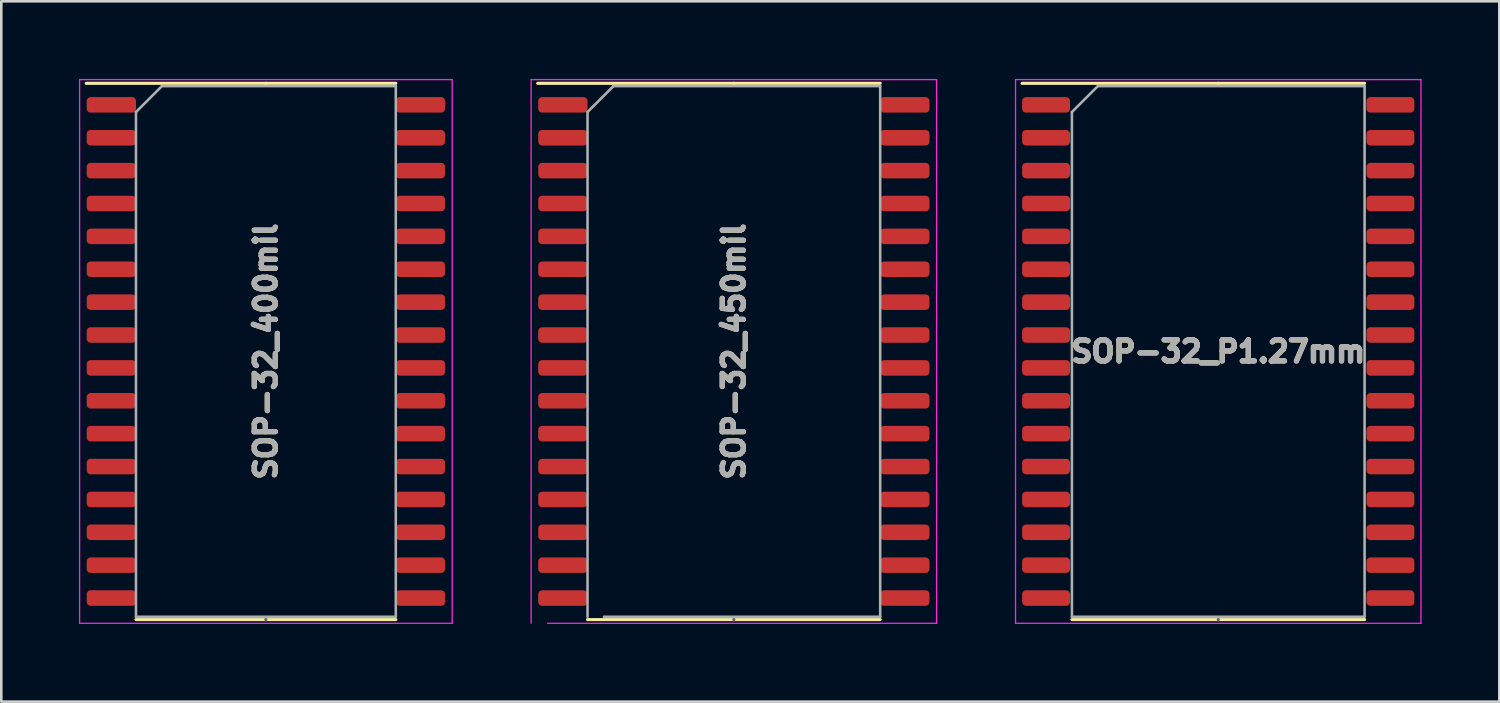
<source format=kicad_pcb>
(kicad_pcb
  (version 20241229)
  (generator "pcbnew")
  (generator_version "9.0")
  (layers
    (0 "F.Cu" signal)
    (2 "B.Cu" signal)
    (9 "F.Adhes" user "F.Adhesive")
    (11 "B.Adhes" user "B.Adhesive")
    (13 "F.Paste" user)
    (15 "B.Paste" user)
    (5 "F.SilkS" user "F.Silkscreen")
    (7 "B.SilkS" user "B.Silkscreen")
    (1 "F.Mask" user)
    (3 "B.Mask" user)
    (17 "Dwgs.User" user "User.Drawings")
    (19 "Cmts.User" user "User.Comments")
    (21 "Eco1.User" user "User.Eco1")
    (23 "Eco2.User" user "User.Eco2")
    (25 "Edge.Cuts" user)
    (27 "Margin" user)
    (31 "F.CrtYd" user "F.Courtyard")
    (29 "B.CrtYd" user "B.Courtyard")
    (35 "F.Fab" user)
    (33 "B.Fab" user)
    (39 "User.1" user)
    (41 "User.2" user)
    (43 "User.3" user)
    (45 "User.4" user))
  (footprint "SOP-32_450mil"
    (layer "F.Cu")
    (at 25.295 10.525)
    (property "Reference" "SOP-32_450mil" (at 0 0 90) (layer "F.Fab") (effects (font (size 0.813 0.813) (thickness 0.203))))
    (attr smd)
    (fp_line (start 0 -10.357) (end -7.575 -10.357) (stroke (width 0.12) (type solid)) (layer "F.SilkS"))
    (fp_line (start 0 -10.357) (end 5.652 -10.357) (stroke (width 0.12) (type solid)) (layer "F.SilkS"))
    (fp_line (start 0 10.357) (end -5.652 10.357) (stroke (width 0.12) (type solid)) (layer "F.SilkS"))
    (fp_line (start 0 10.357) (end 5.652 10.357) (stroke (width 0.12) (type solid)) (layer "F.SilkS"))
    (fp_line (start -7.83 -10.5) (end -7.83 10.5) (stroke (width 0.05) (type solid)) (layer "F.CrtYd"))
    (fp_line (start -7.195 10.5) (end 7.83 10.5) (stroke (width 0.05) (type solid)) (layer "F.CrtYd"))
    (fp_line (start 7.83 -10.5) (end -7.83 -10.5) (stroke (width 0.05) (type solid)) (layer "F.CrtYd"))
    (fp_line (start 7.83 10.5) (end 7.83 -10.5) (stroke (width 0.05) (type solid)) (layer "F.CrtYd"))
    (fp_line (start 0 10.357) (end 0 10.357) (stroke (width 0.12) (type solid)) (layer "B.Fab"))
    (fp_line (start -5.652 -9.248) (end -4.652 -10.248) (stroke (width 0.1) (type solid)) (layer "F.Fab"))
    (fp_line (start -5.652 10.248) (end -5.652 -9.248) (stroke (width 0.1) (type solid)) (layer "F.Fab"))
    (fp_line (start -4.652 -10.248) (end 5.652 -10.248) (stroke (width 0.1) (type solid)) (layer "F.Fab"))
    (fp_line (start 5.652 -10.248) (end 5.652 10.248) (stroke (width 0.1) (type solid)) (layer "F.Fab"))
    (fp_line (start 5.652 10.248) (end -5.018 10.248) (stroke (width 0.1) (type solid)) (layer "F.Fab"))
    (fp_text user "${REFERENCE}" (at 0 0 90) (layer "F.SilkS") (effects (font (size 0.813 0.813) (thickness 0.203))))
    (pad "1" smd roundrect (at -6.604 -9.525) (size 1.905 0.6) (layers "F.Cu" "F.Mask" "F.Paste") (roundrect_rratio 0.25))
    (pad "2" smd roundrect (at -6.604 -8.255) (size 1.905 0.6) (layers "F.Cu" "F.Mask" "F.Paste") (roundrect_rratio 0.25))
    (pad "3" smd roundrect (at -6.604 -6.985) (size 1.905 0.6) (layers "F.Cu" "F.Mask" "F.Paste") (roundrect_rratio 0.25))
    (pad "4" smd roundrect (at -6.604 -5.715) (size 1.905 0.6) (layers "F.Cu" "F.Mask" "F.Paste") (roundrect_rratio 0.25))
    (pad "5" smd roundrect (at -6.604 -4.445) (size 1.905 0.6) (layers "F.Cu" "F.Mask" "F.Paste") (roundrect_rratio 0.25))
    (pad "6" smd roundrect (at -6.604 -3.175) (size 1.905 0.6) (layers "F.Cu" "F.Mask" "F.Paste") (roundrect_rratio 0.25))
    (pad "7" smd roundrect (at -6.604 -1.905) (size 1.905 0.6) (layers "F.Cu" "F.Mask" "F.Paste") (roundrect_rratio 0.25))
    (pad "8" smd roundrect (at -6.604 -0.635) (size 1.905 0.6) (layers "F.Cu" "F.Mask" "F.Paste") (roundrect_rratio 0.25))
    (pad "9" smd roundrect (at -6.604 0.635) (size 1.905 0.6) (layers "F.Cu" "F.Mask" "F.Paste") (roundrect_rratio 0.25))
    (pad "10" smd roundrect (at -6.604 1.905) (size 1.905 0.6) (layers "F.Cu" "F.Mask" "F.Paste") (roundrect_rratio 0.25))
    (pad "11" smd roundrect (at -6.604 3.175) (size 1.905 0.6) (layers "F.Cu" "F.Mask" "F.Paste") (roundrect_rratio 0.25))
    (pad "12" smd roundrect (at -6.604 4.445) (size 1.905 0.6) (layers "F.Cu" "F.Mask" "F.Paste") (roundrect_rratio 0.25))
    (pad "13" smd roundrect (at -6.604 5.715) (size 1.905 0.6) (layers "F.Cu" "F.Mask" "F.Paste") (roundrect_rratio 0.25))
    (pad "14" smd roundrect (at -6.604 6.985) (size 1.905 0.6) (layers "F.Cu" "F.Mask" "F.Paste") (roundrect_rratio 0.25))
    (pad "15" smd roundrect (at -6.604 8.255) (size 1.905 0.6) (layers "F.Cu" "F.Mask" "F.Paste") (roundrect_rratio 0.25))
    (pad "16" smd roundrect (at -6.604 9.525) (size 1.905 0.6) (layers "F.Cu" "F.Mask" "F.Paste") (roundrect_rratio 0.25))
    (pad "17" smd roundrect (at 6.604 9.525) (size 1.905 0.6) (layers "F.Cu" "F.Mask" "F.Paste") (roundrect_rratio 0.25))
    (pad "18" smd roundrect (at 6.604 8.255) (size 1.905 0.6) (layers "F.Cu" "F.Mask" "F.Paste") (roundrect_rratio 0.25))
    (pad "19" smd roundrect (at 6.604 6.985) (size 1.905 0.6) (layers "F.Cu" "F.Mask" "F.Paste") (roundrect_rratio 0.25))
    (pad "20" smd roundrect (at 6.604 5.715) (size 1.905 0.6) (layers "F.Cu" "F.Mask" "F.Paste") (roundrect_rratio 0.25))
    (pad "21" smd roundrect (at 6.604 4.445) (size 1.905 0.6) (layers "F.Cu" "F.Mask" "F.Paste") (roundrect_rratio 0.25))
    (pad "22" smd roundrect (at 6.604 3.175) (size 1.905 0.6) (layers "F.Cu" "F.Mask" "F.Paste") (roundrect_rratio 0.25))
    (pad "23" smd roundrect (at 6.604 1.905) (size 1.905 0.6) (layers "F.Cu" "F.Mask" "F.Paste") (roundrect_rratio 0.25))
    (pad "24" smd roundrect (at 6.604 0.635) (size 1.905 0.6) (layers "F.Cu" "F.Mask" "F.Paste") (roundrect_rratio 0.25))
    (pad "25" smd roundrect (at 6.604 -0.635) (size 1.905 0.6) (layers "F.Cu" "F.Mask" "F.Paste") (roundrect_rratio 0.25))
    (pad "26" smd roundrect (at 6.604 -1.905) (size 1.905 0.6) (layers "F.Cu" "F.Mask" "F.Paste") (roundrect_rratio 0.25))
    (pad "27" smd roundrect (at 6.604 -3.175) (size 1.905 0.6) (layers "F.Cu" "F.Mask" "F.Paste") (roundrect_rratio 0.25))
    (pad "28" smd roundrect (at 6.604 -4.445) (size 1.905 0.6) (layers "F.Cu" "F.Mask" "F.Paste") (roundrect_rratio 0.25))
    (pad "29" smd roundrect (at 6.604 -5.715) (size 1.905 0.6) (layers "F.Cu" "F.Mask" "F.Paste") (roundrect_rratio 0.25))
    (pad "30" smd roundrect (at 6.604 -6.985) (size 1.905 0.6) (layers "F.Cu" "F.Mask" "F.Paste") (roundrect_rratio 0.25))
    (pad "31" smd roundrect (at 6.604 -8.255) (size 1.905 0.6) (layers "F.Cu" "F.Mask" "F.Paste") (roundrect_rratio 0.25))
    (pad "32" smd roundrect (at 6.604 -9.525) (size 1.905 0.6) (layers "F.Cu" "F.Mask" "F.Paste") (roundrect_rratio 0.25)))
  (footprint "SOP-32_400mil"
    (layer "F.Cu")
    (at 7.22 10.525)
    (property "Reference" "SOP-32_400mil" (at 0 0 90) (layer "F.Fab") (effects (font (size 0.813 0.813) (thickness 0.203))))
    (attr smd)
    (fp_line (start 0 -10.357) (end -6.94 -10.357) (stroke (width 0.12) (type solid)) (layer "F.SilkS"))
    (fp_line (start 0 -10.357) (end 5.018 -10.357) (stroke (width 0.12) (type solid)) (layer "F.SilkS"))
    (fp_line (start 0 10.357) (end -5.018 10.357) (stroke (width 0.12) (type solid)) (layer "F.SilkS"))
    (fp_line (start 0 10.357) (end 5.018 10.357) (stroke (width 0.12) (type solid)) (layer "F.SilkS"))
    (fp_line (start -7.195 -10.5) (end -7.195 10.5) (stroke (width 0.05) (type solid)) (layer "F.CrtYd"))
    (fp_line (start -7.195 10.5) (end 7.195 10.5) (stroke (width 0.05) (type solid)) (layer "F.CrtYd"))
    (fp_line (start 7.195 -10.5) (end -7.195 -10.5) (stroke (width 0.05) (type solid)) (layer "F.CrtYd"))
    (fp_line (start 7.195 10.5) (end 7.195 -10.5) (stroke (width 0.05) (type solid)) (layer "F.CrtYd"))
    (fp_line (start 0 10.357) (end 0 10.357) (stroke (width 0.12) (type solid)) (layer "B.Fab"))
    (fp_line (start -5.018 -9.248) (end -4.018 -10.248) (stroke (width 0.1) (type solid)) (layer "F.Fab"))
    (fp_line (start -5.018 10.248) (end -5.018 -9.248) (stroke (width 0.1) (type solid)) (layer "F.Fab"))
    (fp_line (start -4.018 -10.248) (end 5.018 -10.248) (stroke (width 0.1) (type solid)) (layer "F.Fab"))
    (fp_line (start 5.018 -10.248) (end 5.018 10.248) (stroke (width 0.1) (type solid)) (layer "F.Fab"))
    (fp_line (start 5.018 10.248) (end -5.018 10.248) (stroke (width 0.1) (type solid)) (layer "F.Fab"))
    (fp_text user "${REFERENCE}" (at 0 0 90) (layer "F.SilkS") (effects (font (size 0.813 0.813) (thickness 0.203))))
    (pad "1" smd roundrect (at -5.969 -9.525) (size 1.905 0.6) (layers "F.Cu" "F.Mask" "F.Paste") (roundrect_rratio 0.25))
    (pad "2" smd roundrect (at -5.969 -8.255) (size 1.905 0.6) (layers "F.Cu" "F.Mask" "F.Paste") (roundrect_rratio 0.25))
    (pad "3" smd roundrect (at -5.969 -6.985) (size 1.905 0.6) (layers "F.Cu" "F.Mask" "F.Paste") (roundrect_rratio 0.25))
    (pad "4" smd roundrect (at -5.969 -5.715) (size 1.905 0.6) (layers "F.Cu" "F.Mask" "F.Paste") (roundrect_rratio 0.25))
    (pad "5" smd roundrect (at -5.969 -4.445) (size 1.905 0.6) (layers "F.Cu" "F.Mask" "F.Paste") (roundrect_rratio 0.25))
    (pad "6" smd roundrect (at -5.969 -3.175) (size 1.905 0.6) (layers "F.Cu" "F.Mask" "F.Paste") (roundrect_rratio 0.25))
    (pad "7" smd roundrect (at -5.969 -1.905) (size 1.905 0.6) (layers "F.Cu" "F.Mask" "F.Paste") (roundrect_rratio 0.25))
    (pad "8" smd roundrect (at -5.969 -0.635) (size 1.905 0.6) (layers "F.Cu" "F.Mask" "F.Paste") (roundrect_rratio 0.25))
    (pad "9" smd roundrect (at -5.969 0.635) (size 1.905 0.6) (layers "F.Cu" "F.Mask" "F.Paste") (roundrect_rratio 0.25))
    (pad "10" smd roundrect (at -5.969 1.905) (size 1.905 0.6) (layers "F.Cu" "F.Mask" "F.Paste") (roundrect_rratio 0.25))
    (pad "11" smd roundrect (at -5.969 3.175) (size 1.905 0.6) (layers "F.Cu" "F.Mask" "F.Paste") (roundrect_rratio 0.25))
    (pad "12" smd roundrect (at -5.969 4.445) (size 1.905 0.6) (layers "F.Cu" "F.Mask" "F.Paste") (roundrect_rratio 0.25))
    (pad "13" smd roundrect (at -5.969 5.715) (size 1.905 0.6) (layers "F.Cu" "F.Mask" "F.Paste") (roundrect_rratio 0.25))
    (pad "14" smd roundrect (at -5.969 6.985) (size 1.905 0.6) (layers "F.Cu" "F.Mask" "F.Paste") (roundrect_rratio 0.25))
    (pad "15" smd roundrect (at -5.969 8.255) (size 1.905 0.6) (layers "F.Cu" "F.Mask" "F.Paste") (roundrect_rratio 0.25))
    (pad "16" smd roundrect (at -5.969 9.525) (size 1.905 0.6) (layers "F.Cu" "F.Mask" "F.Paste") (roundrect_rratio 0.25))
    (pad "17" smd roundrect (at 5.969 9.525) (size 1.905 0.6) (layers "F.Cu" "F.Mask" "F.Paste") (roundrect_rratio 0.25))
    (pad "18" smd roundrect (at 5.969 8.255) (size 1.905 0.6) (layers "F.Cu" "F.Mask" "F.Paste") (roundrect_rratio 0.25))
    (pad "19" smd roundrect (at 5.969 6.985) (size 1.905 0.6) (layers "F.Cu" "F.Mask" "F.Paste") (roundrect_rratio 0.25))
    (pad "20" smd roundrect (at 5.969 5.715) (size 1.905 0.6) (layers "F.Cu" "F.Mask" "F.Paste") (roundrect_rratio 0.25))
    (pad "21" smd roundrect (at 5.969 4.445) (size 1.905 0.6) (layers "F.Cu" "F.Mask" "F.Paste") (roundrect_rratio 0.25))
    (pad "22" smd roundrect (at 5.969 3.175) (size 1.905 0.6) (layers "F.Cu" "F.Mask" "F.Paste") (roundrect_rratio 0.25))
    (pad "23" smd roundrect (at 5.969 1.905) (size 1.905 0.6) (layers "F.Cu" "F.Mask" "F.Paste") (roundrect_rratio 0.25))
    (pad "24" smd roundrect (at 5.969 0.635) (size 1.905 0.6) (layers "F.Cu" "F.Mask" "F.Paste") (roundrect_rratio 0.25))
    (pad "25" smd roundrect (at 5.969 -0.635) (size 1.905 0.6) (layers "F.Cu" "F.Mask" "F.Paste") (roundrect_rratio 0.25))
    (pad "26" smd roundrect (at 5.969 -1.905) (size 1.905 0.6) (layers "F.Cu" "F.Mask" "F.Paste") (roundrect_rratio 0.25))
    (pad "27" smd roundrect (at 5.969 -3.175) (size 1.905 0.6) (layers "F.Cu" "F.Mask" "F.Paste") (roundrect_rratio 0.25))
    (pad "28" smd roundrect (at 5.969 -4.445) (size 1.905 0.6) (layers "F.Cu" "F.Mask" "F.Paste") (roundrect_rratio 0.25))
    (pad "29" smd roundrect (at 5.969 -5.715) (size 1.905 0.6) (layers "F.Cu" "F.Mask" "F.Paste") (roundrect_rratio 0.25))
    (pad "30" smd roundrect (at 5.969 -6.985) (size 1.905 0.6) (layers "F.Cu" "F.Mask" "F.Paste") (roundrect_rratio 0.25))
    (pad "31" smd roundrect (at 5.969 -8.255) (size 1.905 0.6) (layers "F.Cu" "F.Mask" "F.Paste") (roundrect_rratio 0.25))
    (pad "32" smd roundrect (at 5.969 -9.525) (size 1.905 0.6) (layers "F.Cu" "F.Mask" "F.Paste") (roundrect_rratio 0.25)))
  (footprint "SOP-32_P1.27mm"
    (layer "F.Cu")
    (at 44.005 10.525)
    (property "Reference" "SOP-32_P1.27mm" (at 0 0 0) (layer "F.Fab") (effects (font (size 0.813 0.813) (thickness 0.203))))
    (attr smd)
    (fp_line (start 0 -10.357) (end -7.575 -10.357) (stroke (width 0.12) (type solid)) (layer "F.SilkS"))
    (fp_line (start 0 -10.357) (end 5.652 -10.357) (stroke (width 0.12) (type solid)) (layer "F.SilkS"))
    (fp_line (start 0 10.357) (end -5.652 10.357) (stroke (width 0.12) (type solid)) (layer "F.SilkS"))
    (fp_line (start 0 10.357) (end 5.652 10.357) (stroke (width 0.12) (type solid)) (layer "F.SilkS"))
    (fp_line (start -7.83 -10.5) (end -7.83 10.5) (stroke (width 0.05) (type solid)) (layer "F.CrtYd"))
    (fp_line (start -7.83 10.5) (end 7.83 10.5) (stroke (width 0.05) (type solid)) (layer "F.CrtYd"))
    (fp_line (start 7.83 -10.5) (end -7.83 -10.5) (stroke (width 0.05) (type solid)) (layer "F.CrtYd"))
    (fp_line (start 7.83 10.5) (end 7.83 -10.5) (stroke (width 0.05) (type solid)) (layer "F.CrtYd"))
    (fp_line (start 0 10.357) (end 0 10.357) (stroke (width 0.12) (type solid)) (layer "B.Fab"))
    (fp_line (start -5.652 -9.248) (end -4.652 -10.248) (stroke (width 0.1) (type solid)) (layer "F.Fab"))
    (fp_line (start -5.652 10.248) (end -5.652 -9.248) (stroke (width 0.1) (type solid)) (layer "F.Fab"))
    (fp_line (start -4.652 -10.248) (end 5.652 -10.248) (stroke (width 0.1) (type solid)) (layer "F.Fab"))
    (fp_line (start 5.652 -10.248) (end 5.652 10.248) (stroke (width 0.1) (type solid)) (layer "F.Fab"))
    (fp_line (start 5.652 10.248) (end -5.652 10.248) (stroke (width 0.1) (type solid)) (layer "F.Fab"))
    (fp_text user "${REFERENCE}" (at 0 0 0) (layer "F.SilkS") (effects (font (size 0.813 0.813) (thickness 0.203))))
    (pad "1" smd roundrect (at -6.65 -9.525) (size 1.85 0.6) (layers "F.Cu" "F.Mask" "F.Paste") (roundrect_rratio 0.25))
    (pad "2" smd roundrect (at -6.65 -8.255) (size 1.85 0.6) (layers "F.Cu" "F.Mask" "F.Paste") (roundrect_rratio 0.25))
    (pad "3" smd roundrect (at -6.65 -6.985) (size 1.85 0.6) (layers "F.Cu" "F.Mask" "F.Paste") (roundrect_rratio 0.25))
    (pad "4" smd roundrect (at -6.65 -5.715) (size 1.85 0.6) (layers "F.Cu" "F.Mask" "F.Paste") (roundrect_rratio 0.25))
    (pad "5" smd roundrect (at -6.65 -4.445) (size 1.85 0.6) (layers "F.Cu" "F.Mask" "F.Paste") (roundrect_rratio 0.25))
    (pad "6" smd roundrect (at -6.65 -3.175) (size 1.85 0.6) (layers "F.Cu" "F.Mask" "F.Paste") (roundrect_rratio 0.25))
    (pad "7" smd roundrect (at -6.65 -1.905) (size 1.85 0.6) (layers "F.Cu" "F.Mask" "F.Paste") (roundrect_rratio 0.25))
    (pad "8" smd roundrect (at -6.65 -0.635) (size 1.85 0.6) (layers "F.Cu" "F.Mask" "F.Paste") (roundrect_rratio 0.25))
    (pad "9" smd roundrect (at -6.65 0.635) (size 1.85 0.6) (layers "F.Cu" "F.Mask" "F.Paste") (roundrect_rratio 0.25))
    (pad "10" smd roundrect (at -6.65 1.905) (size 1.85 0.6) (layers "F.Cu" "F.Mask" "F.Paste") (roundrect_rratio 0.25))
    (pad "11" smd roundrect (at -6.65 3.175) (size 1.85 0.6) (layers "F.Cu" "F.Mask" "F.Paste") (roundrect_rratio 0.25))
    (pad "12" smd roundrect (at -6.65 4.445) (size 1.85 0.6) (layers "F.Cu" "F.Mask" "F.Paste") (roundrect_rratio 0.25))
    (pad "13" smd roundrect (at -6.65 5.715) (size 1.85 0.6) (layers "F.Cu" "F.Mask" "F.Paste") (roundrect_rratio 0.25))
    (pad "14" smd roundrect (at -6.65 6.985) (size 1.85 0.6) (layers "F.Cu" "F.Mask" "F.Paste") (roundrect_rratio 0.25))
    (pad "15" smd roundrect (at -6.65 8.255) (size 1.85 0.6) (layers "F.Cu" "F.Mask" "F.Paste") (roundrect_rratio 0.25))
    (pad "16" smd roundrect (at -6.65 9.525) (size 1.85 0.6) (layers "F.Cu" "F.Mask" "F.Paste") (roundrect_rratio 0.25))
    (pad "17" smd roundrect (at 6.65 9.525) (size 1.85 0.6) (layers "F.Cu" "F.Mask" "F.Paste") (roundrect_rratio 0.25))
    (pad "18" smd roundrect (at 6.65 8.255) (size 1.85 0.6) (layers "F.Cu" "F.Mask" "F.Paste") (roundrect_rratio 0.25))
    (pad "19" smd roundrect (at 6.65 6.985) (size 1.85 0.6) (layers "F.Cu" "F.Mask" "F.Paste") (roundrect_rratio 0.25))
    (pad "20" smd roundrect (at 6.65 5.715) (size 1.85 0.6) (layers "F.Cu" "F.Mask" "F.Paste") (roundrect_rratio 0.25))
    (pad "21" smd roundrect (at 6.65 4.445) (size 1.85 0.6) (layers "F.Cu" "F.Mask" "F.Paste") (roundrect_rratio 0.25))
    (pad "22" smd roundrect (at 6.65 3.175) (size 1.85 0.6) (layers "F.Cu" "F.Mask" "F.Paste") (roundrect_rratio 0.25))
    (pad "23" smd roundrect (at 6.65 1.905) (size 1.85 0.6) (layers "F.Cu" "F.Mask" "F.Paste") (roundrect_rratio 0.25))
    (pad "24" smd roundrect (at 6.65 0.635) (size 1.85 0.6) (layers "F.Cu" "F.Mask" "F.Paste") (roundrect_rratio 0.25))
    (pad "25" smd roundrect (at 6.65 -0.635) (size 1.85 0.6) (layers "F.Cu" "F.Mask" "F.Paste") (roundrect_rratio 0.25))
    (pad "26" smd roundrect (at 6.65 -1.905) (size 1.85 0.6) (layers "F.Cu" "F.Mask" "F.Paste") (roundrect_rratio 0.25))
    (pad "27" smd roundrect (at 6.65 -3.175) (size 1.85 0.6) (layers "F.Cu" "F.Mask" "F.Paste") (roundrect_rratio 0.25))
    (pad "28" smd roundrect (at 6.65 -4.445) (size 1.85 0.6) (layers "F.Cu" "F.Mask" "F.Paste") (roundrect_rratio 0.25))
    (pad "29" smd roundrect (at 6.65 -5.715) (size 1.85 0.6) (layers "F.Cu" "F.Mask" "F.Paste") (roundrect_rratio 0.25))
    (pad "30" smd roundrect (at 6.65 -6.985) (size 1.85 0.6) (layers "F.Cu" "F.Mask" "F.Paste") (roundrect_rratio 0.25))
    (pad "31" smd roundrect (at 6.65 -8.255) (size 1.85 0.6) (layers "F.Cu" "F.Mask" "F.Paste") (roundrect_rratio 0.25))
    (pad "32" smd roundrect (at 6.65 -9.525) (size 1.85 0.6) (layers "F.Cu" "F.Mask" "F.Paste") (roundrect_rratio 0.25)))
  (gr_rect
    (start -3 -3)
    (end 54.86 24.05)
    (stroke (width 0.1) (type default))
    (fill no)
    (layer "Edge.Cuts")))
</source>
